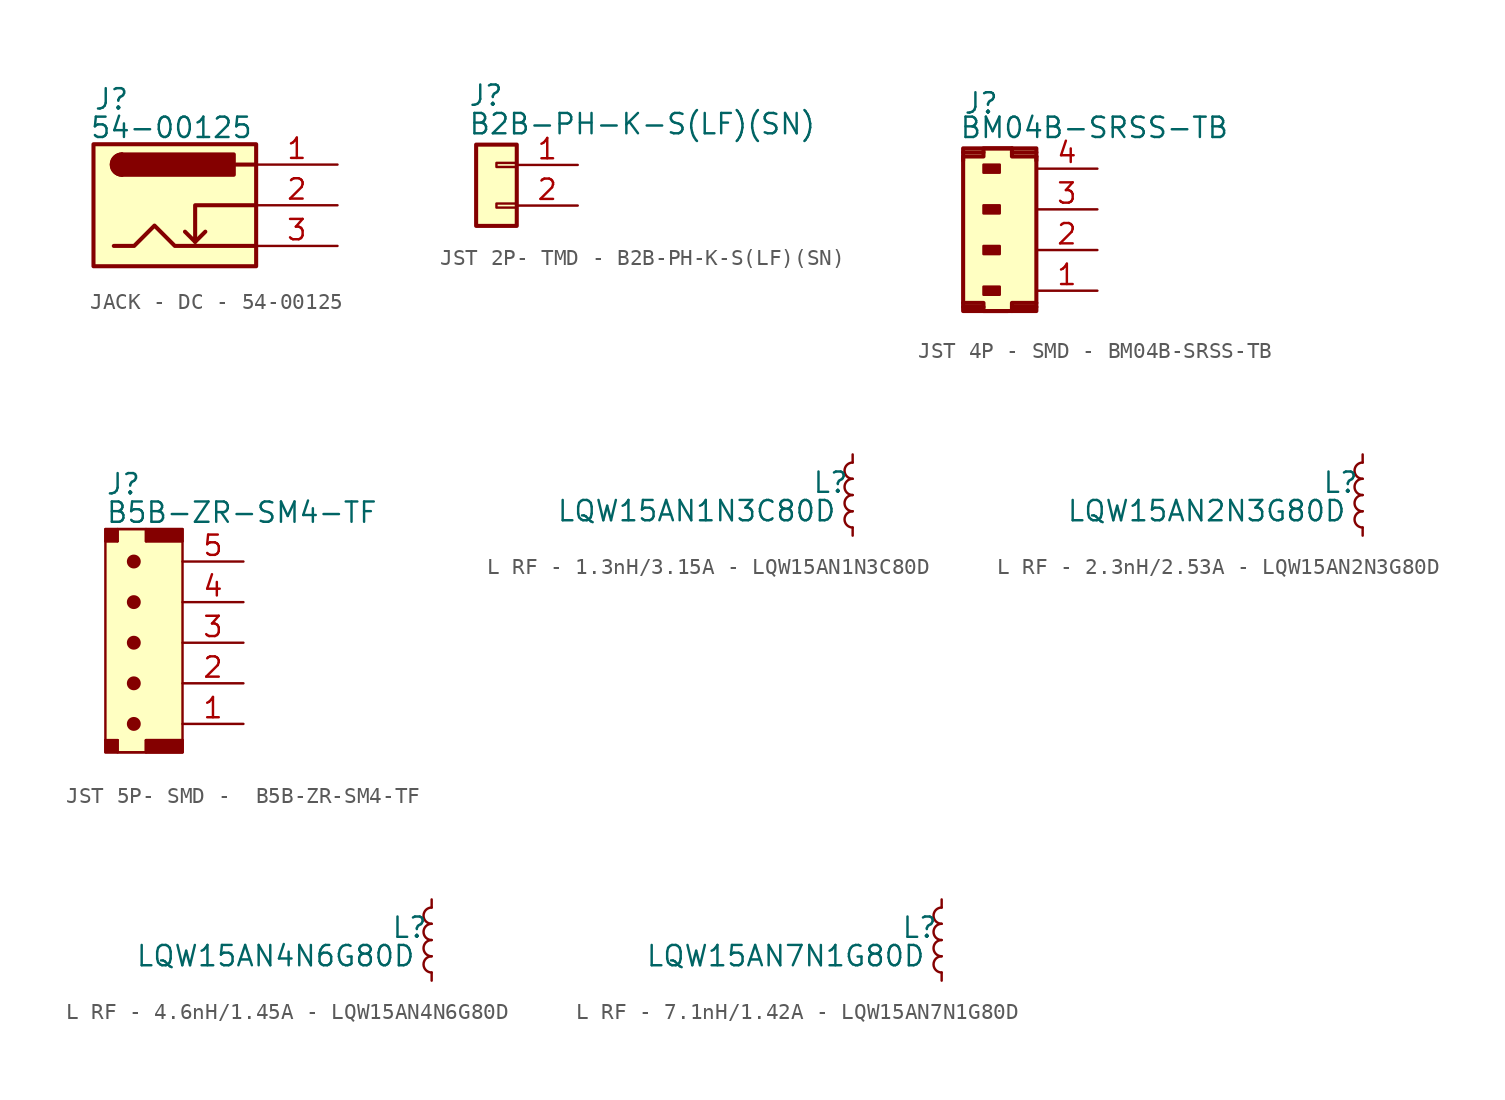
<source format=kicad_sym>
(kicad_symbol_lib
  (version 20241209)
  (generator "kicad_symbol_editor")
  (generator_version "9.0")
  (symbol "JACK - DC - 54-00125"
    (property "Reference" "J"
      (at -10.16 7.366 0)
      (effects (font (size 1.27 1.27)) (justify left top)))
    (property "Value" "54-00125"
      (at -10.414 5.588 0)
      (effects (font (size 1.27 1.27)) (justify left top)))
    (symbol "JACK - DC - 54-00125_0_1"
      (rectangle (start -10.16 3.81) (end 0 -3.81) (stroke (width 0.254) (type default)) (fill (type background)))
      (polyline (pts (xy -8.89 -2.54) (xy -7.62 -2.54) (xy -6.35 -1.27) (xy -5.08 -2.54) (xy -2.54 -2.54) (xy 0 -2.54)) (stroke (width 0.254) (type default)) (fill (type none)))
      (arc (start -8.382 1.905) (mid -9.0143 2.54) (end -8.382 3.175) (stroke (width 0.254) (type default)) (fill (type none)))
      (arc (start -8.382 1.905) (mid -9.0143 2.54) (end -8.382 3.175) (stroke (width 0.254) (type default)) (fill (type outline)))
      (polyline (pts (xy -3.81 -2.286) (xy -3.175 -1.651)) (stroke (width 0.254) (type default)) (fill (type none)))
      (rectangle (start -1.397 3.175) (end -8.382 1.905) (stroke (width 0.254) (type default)) (fill (type outline)))
      (polyline (pts (xy 0 2.54) (xy -1.27 2.54)) (stroke (width 0.254) (type default)) (fill (type none)))
      (polyline (pts (xy 0 0) (xy -3.81 0) (xy -3.81 -2.286) (xy -4.445 -1.651)) (stroke (width 0.254) (type default)) (fill (type none))))
    (symbol "JACK - DC - 54-00125_1_0"
      (pin passive line (at 5.08 2.54 180) (length 5.08) (name "~" (effects (font (size 1.27 1.27)))) (number "1" (effects (font (size 1.27 1.27)))))
      (pin passive line (at 5.08 0 180) (length 5.08) (name "~" (effects (font (size 1.27 1.27)))) (number "2" (effects (font (size 1.27 1.27)))))
      (pin passive line (at 5.08 -2.54 180) (length 5.08) (name "~" (effects (font (size 1.27 1.27)))) (number "3" (effects (font (size 1.27 1.27)))))))
  (symbol "JST 2P- TMD - B2B-PH-K-S(LF)(SN)"
    (pin_names
      (hide yes))
    (property "Reference" "J"
      (at -4.318 6.35 0)
      (effects (font (size 1.27 1.27)) (justify left top)))
    (property "Value" "B2B-PH-K-S(LF)(SN)"
      (at -4.318 4.572 0)
      (effects (font (size 1.27 1.27)) (justify left top)))
    (symbol "JST 2P- TMD - B2B-PH-K-S(LF)(SN)_1_1"
      (rectangle (start -3.81 2.54) (end -1.27 -2.54) (stroke (width 0.254) (type default)) (fill (type background)))
      (rectangle (start -2.54 -1.143) (end -1.27 -1.397) (stroke (width 0.152) (type default)) (fill (type none)))
      (rectangle (start -1.27 1.397) (end -2.54 1.143) (stroke (width 0.152) (type default)) (fill (type none)))
      (pin passive line (at 2.54 1.27 180) (length 3.81) (name "Pin_1" (effects (font (size 1.27 1.27)))) (number "1" (effects (font (size 1.27 1.27)))))
      (pin passive line (at 2.54 -1.27 180) (length 3.81) (name "Pin_2" (effects (font (size 1.27 1.27)))) (number "2" (effects (font (size 1.27 1.27)))))))
  (symbol "JST 4P - SMD - BM04B-SRSS-TB"
    (pin_names
      (hide yes))
    (property "Reference" "J"
      (at -3.302 8.636 0)
      (effects (font (size 1.27 1.27)) (justify left top)))
    (property "Value" "BM04B-SRSS-TB"
      (at -3.556 7.112 0)
      (effects (font (size 1.27 1.27)) (justify left top)))
    (symbol "JST 4P - SMD - BM04B-SRSS-TB_0_1"
      (rectangle (start -3.302 5.08) (end 1.27 -5.08) (stroke (width 0) (type default)) (fill (type none))))
    (symbol "JST 4P - SMD - BM04B-SRSS-TB_1_1"
      (rectangle (start -3.302 5.08) (end 1.27 -5.08) (stroke (width 0) (type default)) (fill (type background)))
      (polyline (pts (xy -3.302 4.318) (xy -3.302 5.08) (xy 1.27 5.08) (xy 1.27 4.318)) (stroke (width 0.254) (type default)) (fill (type none)))
      (polyline (pts (xy -2.032 4.826) (xy -3.302 4.826)) (stroke (width 0.254) (type default)) (fill (type none)))
      (rectangle (start -2.032 4.064) (end -1.016 3.556) (stroke (width 0.152) (type default)) (fill (type color) (color 132 0 0 1)))
      (rectangle (start -2.032 1.524) (end -1.016 1.016) (stroke (width 0.152) (type default)) (fill (type color) (color 132 0 0 1)))
      (rectangle (start -2.032 -1.016) (end -1.016 -1.524) (stroke (width 0.152) (type default)) (fill (type color) (color 132 0 0 1)))
      (rectangle (start -2.032 -3.556) (end -1.016 -4.064) (stroke (width 0.152) (type default)) (fill (type color) (color 132 0 0 1)))
      (polyline (pts (xy -2.032 -4.826) (xy -3.302 -4.826)) (stroke (width 0.254) (type default)) (fill (type none)))
      (polyline (pts (xy -0.508 -5.08) (xy -2.032 -5.08) (xy -2.032 -4.572) (xy -2.794 -4.572) (xy -3.302 -4.572) (xy -3.302 4.572) (xy -2.032 4.572) (xy -2.032 5.08) (xy -0.254 5.08)) (stroke (width 0.254) (type default)) (fill (type none)))
      (polyline (pts (xy 1.27 4.826) (xy -0.254 4.826)) (stroke (width 0.254) (type default)) (fill (type none)))
      (polyline (pts (xy 1.27 4.572) (xy -0.254 4.572) (xy -0.254 5.08)) (stroke (width 0.254) (type default)) (fill (type none)))
      (polyline (pts (xy 1.27 4.572) (xy 1.27 -4.572) (xy -0.254 -4.572) (xy -0.254 -5.08)) (stroke (width 0.254) (type default)) (fill (type none)))
      (polyline (pts (xy 1.27 -4.572) (xy 1.27 -5.08) (xy -3.302 -5.08) (xy -3.302 -4.572)) (stroke (width 0.254) (type default)) (fill (type none)))
      (polyline (pts (xy 1.27 -4.826) (xy -0.254 -4.826)) (stroke (width 0.254) (type default)) (fill (type none)))
      (pin passive line (at 5.08 3.81 180) (length 3.81) (name "4" (effects (font (size 1.27 1.27)))) (number "4" (effects (font (size 1.27 1.27)))))
      (pin passive line (at 5.08 1.27 180) (length 3.81) (name "3" (effects (font (size 1.27 1.27)))) (number "3" (effects (font (size 1.27 1.27)))))
      (pin passive line (at 5.08 -1.27 180) (length 3.81) (name "2" (effects (font (size 1.27 1.27)))) (number "2" (effects (font (size 1.27 1.27)))))
      (pin passive line (at 5.08 -3.81 180) (length 3.81) (name "1" (effects (font (size 1.27 1.27)))) (number "1" (effects (font (size 1.27 1.27)))))))
  (symbol "JST 5P- SMD -  B5B-ZR-SM4-TF"
    (pin_names
      (hide yes))
    (property "Reference" "J"
      (at -2.286 10.668 0)
      (effects (font (size 1.27 1.27)) (justify left top)))
    (property "Value" "B5B-ZR-SM4-TF"
      (at -2.286 8.89 0)
      (effects (font (size 1.27 1.27)) (justify left top)))
    (symbol "JST 5P- SMD -  B5B-ZR-SM4-TF_0_1"
      (polyline (pts (xy -1.524 6.35) (xy -2.286 6.35)) (stroke (width 0) (type default)) (fill (type none)))
      (polyline (pts (xy -1.524 -6.096) (xy -2.286 -6.096)) (stroke (width 0) (type default)) (fill (type none)))
      (polyline (pts (xy -1.524 -6.096) (xy -1.524 -6.858) (xy 0.254 -6.858) (xy 0.254 -6.096)) (stroke (width 0) (type default)) (fill (type none)))
      (polyline (pts (xy 0.254 6.35) (xy 2.54 6.35)) (stroke (width 0) (type default)) (fill (type none)))
      (polyline (pts (xy 0.254 6.35) (xy 0.254 7.112) (xy -1.524 7.112) (xy -1.524 6.35)) (stroke (width 0) (type default)) (fill (type none)))
      (polyline (pts (xy 0.254 -6.096) (xy 2.54 -6.096)) (stroke (width 0) (type default)) (fill (type none)))
      (rectangle (start 2.54 -6.858) (end 0.254 -6.096) (stroke (width 0) (type default)) (fill (type none))))
    (symbol "JST 5P- SMD -  B5B-ZR-SM4-TF_1_1"
      (rectangle (start -2.286 7.112) (end -1.524 6.35) (stroke (width 0) (type default)) (fill (type outline)))
      (rectangle (start -2.286 7.112) (end 2.54 -6.858) (stroke (width 0) (type default)) (fill (type background)))
      (rectangle (start -2.286 -6.096) (end -1.524 -6.858) (stroke (width 0) (type default)) (fill (type outline)))
      (circle (center -0.508 5.08) (radius 0.359) (stroke (width 0) (type default)) (fill (type outline)))
      (circle (center -0.508 2.54) (radius 0.359) (stroke (width 0) (type default)) (fill (type outline)))
      (circle (center -0.508 0) (radius 0.359) (stroke (width 0) (type default)) (fill (type outline)))
      (circle (center -0.508 -2.54) (radius 0.359) (stroke (width 0) (type default)) (fill (type outline)))
      (circle (center -0.508 -5.08) (radius 0.359) (stroke (width 0) (type default)) (fill (type outline)))
      (rectangle (start 0.254 7.112) (end 2.54 6.35) (stroke (width 0) (type default)) (fill (type outline)))
      (rectangle (start 0.254 -6.096) (end 2.54 -6.858) (stroke (width 0) (type default)) (fill (type outline)))
      (pin passive line (at 6.35 5.08 180) (length 3.81) (name "5" (effects (font (size 1.27 1.27)))) (number "5" (effects (font (size 1.27 1.27)))))
      (pin passive line (at 6.35 2.54 180) (length 3.81) (name "4" (effects (font (size 1.27 1.27)))) (number "4" (effects (font (size 1.27 1.27)))))
      (pin passive line (at 6.35 0 180) (length 3.81) (name "3" (effects (font (size 1.27 1.27)))) (number "3" (effects (font (size 1.27 1.27)))))
      (pin passive line (at 6.35 -2.54 180) (length 3.81) (name "2" (effects (font (size 1.27 1.27)))) (number "2" (effects (font (size 1.27 1.27)))))
      (pin passive line (at 6.35 -5.08 180) (length 3.81) (name "1" (effects (font (size 1.27 1.27)))) (number "1" (effects (font (size 1.27 1.27)))))))
  (symbol "L RF - 1.3nH/3.15A - LQW15AN1N3C80D"
    (pin_numbers
      (hide yes))
    (pin_names
      (hide yes))
    (property "Reference" "L"
      (at -2.54 1.524 0)
      (effects (font (size 1.27 1.27)) (justify left top)))
    (property "Value" "LQW15AN1N3C80D"
      (at -18.542 -0.254 0)
      (effects (font (size 1.27 1.27)) (justify left top)))
    (symbol "L RF - 1.3nH/3.15A - LQW15AN1N3C80D_0_1"
      (arc (start 0 1.016) (mid -0.5058 1.524) (end 0 2.032) (stroke (width 0) (type default)) (fill (type none)))
      (arc (start 0 0) (mid -0.5058 0.508) (end 0 1.016) (stroke (width 0) (type default)) (fill (type none)))
      (arc (start 0 -1.016) (mid -0.5058 -0.508) (end 0 0) (stroke (width 0) (type default)) (fill (type none)))
      (arc (start 0 -2.032) (mid -0.5058 -1.524) (end 0 -1.016) (stroke (width 0) (type default)) (fill (type none))))
    (symbol "L RF - 1.3nH/3.15A - LQW15AN1N3C80D_1_1"
      (pin passive line (at 0 2.54 270) (length 0.508) (name "~" (effects (font (size 1.27 1.27)))) (number "1" (effects (font (size 1.27 1.27)))))
      (pin passive line (at 0 -2.54 90) (length 0.508) (name "~" (effects (font (size 1.27 1.27)))) (number "2" (effects (font (size 1.27 1.27)))))))
  (symbol "L RF - 2.3nH/2.53A - LQW15AN2N3G80D"
    (pin_numbers
      (hide yes))
    (pin_names
      (hide yes))
    (property "Reference" "L"
      (at -2.54 1.524 0)
      (effects (font (size 1.27 1.27)) (justify left top)))
    (property "Value" "LQW15AN2N3G80D"
      (at -18.542 -0.254 0)
      (effects (font (size 1.27 1.27)) (justify left top)))
    (symbol "L RF - 2.3nH/2.53A - LQW15AN2N3G80D_0_1"
      (arc (start 0 1.016) (mid -0.5058 1.524) (end 0 2.032) (stroke (width 0) (type default)) (fill (type none)))
      (arc (start 0 0) (mid -0.5058 0.508) (end 0 1.016) (stroke (width 0) (type default)) (fill (type none)))
      (arc (start 0 -1.016) (mid -0.5058 -0.508) (end 0 0) (stroke (width 0) (type default)) (fill (type none)))
      (arc (start 0 -2.032) (mid -0.5058 -1.524) (end 0 -1.016) (stroke (width 0) (type default)) (fill (type none))))
    (symbol "L RF - 2.3nH/2.53A - LQW15AN2N3G80D_1_1"
      (pin passive line (at 0 2.54 270) (length 0.508) (name "~" (effects (font (size 1.27 1.27)))) (number "1" (effects (font (size 1.27 1.27)))))
      (pin passive line (at 0 -2.54 90) (length 0.508) (name "~" (effects (font (size 1.27 1.27)))) (number "2" (effects (font (size 1.27 1.27)))))))
  (symbol "L RF - 4.6nH/1.45A - LQW15AN4N6G80D"
    (pin_numbers
      (hide yes))
    (pin_names
      (hide yes))
    (property "Reference" "L"
      (at -2.54 1.524 0)
      (effects (font (size 1.27 1.27)) (justify left top)))
    (property "Value" "LQW15AN4N6G80D"
      (at -18.542 -0.254 0)
      (effects (font (size 1.27 1.27)) (justify left top)))
    (symbol "L RF - 4.6nH/1.45A - LQW15AN4N6G80D_0_1"
      (arc (start 0 1.016) (mid -0.5058 1.524) (end 0 2.032) (stroke (width 0) (type default)) (fill (type none)))
      (arc (start 0 0) (mid -0.5058 0.508) (end 0 1.016) (stroke (width 0) (type default)) (fill (type none)))
      (arc (start 0 -1.016) (mid -0.5058 -0.508) (end 0 0) (stroke (width 0) (type default)) (fill (type none)))
      (arc (start 0 -2.032) (mid -0.5058 -1.524) (end 0 -1.016) (stroke (width 0) (type default)) (fill (type none))))
    (symbol "L RF - 4.6nH/1.45A - LQW15AN4N6G80D_1_1"
      (pin passive line (at 0 2.54 270) (length 0.508) (name "~" (effects (font (size 1.27 1.27)))) (number "1" (effects (font (size 1.27 1.27)))))
      (pin passive line (at 0 -2.54 90) (length 0.508) (name "~" (effects (font (size 1.27 1.27)))) (number "2" (effects (font (size 1.27 1.27)))))))
  (symbol "L RF - 7.1nH/1.42A - LQW15AN7N1G80D"
    (pin_numbers
      (hide yes))
    (pin_names
      (hide yes))
    (property "Reference" "L"
      (at -2.54 1.524 0)
      (effects (font (size 1.27 1.27)) (justify left top)))
    (property "Value" "LQW15AN7N1G80D"
      (at -18.542 -0.254 0)
      (effects (font (size 1.27 1.27)) (justify left top)))
    (symbol "L RF - 7.1nH/1.42A - LQW15AN7N1G80D_0_1"
      (arc (start 0 1.016) (mid -0.5058 1.524) (end 0 2.032) (stroke (width 0) (type default)) (fill (type none)))
      (arc (start 0 0) (mid -0.5058 0.508) (end 0 1.016) (stroke (width 0) (type default)) (fill (type none)))
      (arc (start 0 -1.016) (mid -0.5058 -0.508) (end 0 0) (stroke (width 0) (type default)) (fill (type none)))
      (arc (start 0 -2.032) (mid -0.5058 -1.524) (end 0 -1.016) (stroke (width 0) (type default)) (fill (type none))))
    (symbol "L RF - 7.1nH/1.42A - LQW15AN7N1G80D_1_1"
      (pin passive line (at 0 2.54 270) (length 0.508) (name "~" (effects (font (size 1.27 1.27)))) (number "1" (effects (font (size 1.27 1.27)))))
      (pin passive line (at 0 -2.54 90) (length 0.508) (name "~" (effects (font (size 1.27 1.27)))) (number "2" (effects (font (size 1.27 1.27))))))))
</source>
